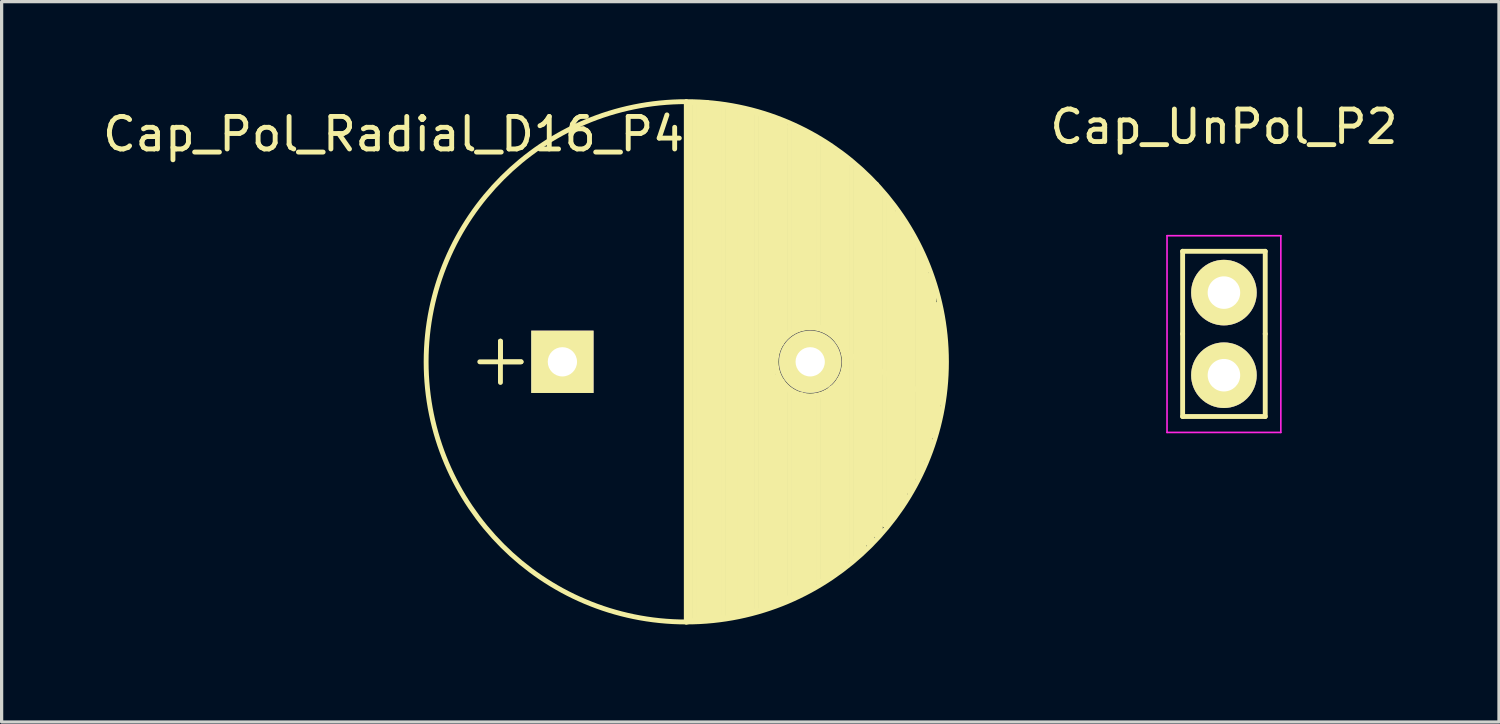
<source format=kicad_pcb>
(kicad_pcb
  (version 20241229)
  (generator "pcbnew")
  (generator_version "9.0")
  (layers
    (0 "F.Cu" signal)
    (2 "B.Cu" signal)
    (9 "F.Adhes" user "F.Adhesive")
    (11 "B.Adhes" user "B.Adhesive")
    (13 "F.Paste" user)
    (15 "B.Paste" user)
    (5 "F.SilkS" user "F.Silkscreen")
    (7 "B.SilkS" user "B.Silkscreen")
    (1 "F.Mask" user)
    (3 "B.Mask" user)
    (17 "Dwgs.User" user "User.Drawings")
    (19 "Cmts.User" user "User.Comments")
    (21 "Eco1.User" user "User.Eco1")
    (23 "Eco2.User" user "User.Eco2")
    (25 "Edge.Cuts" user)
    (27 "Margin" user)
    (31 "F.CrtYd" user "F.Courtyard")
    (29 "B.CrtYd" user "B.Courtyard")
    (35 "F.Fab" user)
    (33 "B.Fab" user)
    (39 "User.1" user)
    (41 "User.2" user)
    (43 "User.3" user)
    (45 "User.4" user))
  (footprint "Cap_UnPol_P2"
    (layer "F.Cu")
    (at 34.587 5.948)
    (property "Reference" "Cap_UnPol_P2" (at 0 -5.1 0) (layer "F.SilkS") (effects (font (size 1 1) (thickness 0.15))))
    (attr through_hole)
    (fp_line (start -1.27 -1.27) (end 1.27 -1.27) (stroke (width 0.15) (type solid)) (layer "F.SilkS"))
    (fp_line (start -1.27 1.27) (end -1.27 -1.27) (stroke (width 0.15) (type solid)) (layer "F.SilkS"))
    (fp_line (start -1.27 1.27) (end -1.27 3.81) (stroke (width 0.15) (type solid)) (layer "F.SilkS"))
    (fp_line (start -1.27 3.81) (end 1.27 3.81) (stroke (width 0.15) (type solid)) (layer "F.SilkS"))
    (fp_line (start 1.27 -1.27) (end 1.27 1.27) (stroke (width 0.15) (type solid)) (layer "F.SilkS"))
    (fp_line (start 1.27 1.27) (end 1.27 3.81) (stroke (width 0.15) (type solid)) (layer "F.SilkS"))
    (fp_line (start -1.75 -1.75) (end -1.75 4.3) (stroke (width 0.05) (type solid)) (layer "F.CrtYd"))
    (fp_line (start -1.75 -1.75) (end 1.75 -1.75) (stroke (width 0.05) (type solid)) (layer "F.CrtYd"))
    (fp_line (start -1.75 4.3) (end 1.75 4.3) (stroke (width 0.05) (type solid)) (layer "F.CrtYd"))
    (fp_line (start 1.75 -1.75) (end 1.75 4.3) (stroke (width 0.05) (type solid)) (layer "F.CrtYd"))
    (pad "1" thru_hole circle (at 0 0) (size 2.016 2.016) (drill 1) (layers "*.Cu" "*.Mask" "F.SilkS"))
    (pad "2" thru_hole circle (at 0 2.54) (size 2.016 2.016) (drill 1) (layers "*.Cu" "*.Mask" "F.SilkS")))
  (footprint "Cap_Pol_Radial_D16_P4"
    (layer "F.Cu")
    (at 18.054 8.076)
    (property "Reference" "Cap_Pol_Radial_D16_P4" (at -9 -7 0) (layer "F.SilkS") (effects (font (size 1 1) (thickness 0.15))))
    (attr through_hole)
    (fp_line (start -6.35 0) (end -5.08 0) (stroke (width 0.15) (type solid)) (layer "F.SilkS"))
    (fp_line (start -5.715 -0.635) (end -5.715 0.635) (stroke (width 0.15) (type solid)) (layer "F.SilkS"))
    (fp_line (start -5.715 0) (end -5.715 -0.635) (stroke (width 0.15) (type solid)) (layer "F.SilkS"))
    (fp_line (start -5.08 0) (end -5.715 0) (stroke (width 0.15) (type solid)) (layer "F.SilkS"))
    (fp_line (start 0 -8.001) (end 0 8.001) (stroke (width 0.15) (type solid)) (layer "F.SilkS"))
    (fp_line (start 0 8.001) (end 0.127 7.976) (stroke (width 0.15) (type solid)) (layer "F.SilkS"))
    (fp_line (start 0.127 -7.976) (end 0.254 -7.976) (stroke (width 0.15) (type solid)) (layer "F.SilkS"))
    (fp_line (start 0.127 7.976) (end 0.127 -7.976) (stroke (width 0.15) (type solid)) (layer "F.SilkS"))
    (fp_line (start 0.254 -7.976) (end 0.254 7.925) (stroke (width 0.15) (type solid)) (layer "F.SilkS"))
    (fp_line (start 0.254 7.925) (end 0.381 7.925) (stroke (width 0.15) (type solid)) (layer "F.SilkS"))
    (fp_line (start 0.381 -7.95) (end 0.508 -7.95) (stroke (width 0.15) (type solid)) (layer "F.SilkS"))
    (fp_line (start 0.381 7.925) (end 0.381 -7.95) (stroke (width 0.15) (type solid)) (layer "F.SilkS"))
    (fp_line (start 0.508 -7.95) (end 0.508 7.925) (stroke (width 0.15) (type solid)) (layer "F.SilkS"))
    (fp_line (start 0.508 7.925) (end 0.635 7.925) (stroke (width 0.15) (type solid)) (layer "F.SilkS"))
    (fp_line (start 0.635 -7.976) (end 0.762 -7.899) (stroke (width 0.15) (type solid)) (layer "F.SilkS"))
    (fp_line (start 0.635 7.925) (end 0.635 -7.976) (stroke (width 0.15) (type solid)) (layer "F.SilkS"))
    (fp_line (start 0.762 -7.899) (end 0.762 7.899) (stroke (width 0.15) (type solid)) (layer "F.SilkS"))
    (fp_line (start 0.762 7.899) (end 0.889 7.899) (stroke (width 0.15) (type solid)) (layer "F.SilkS"))
    (fp_line (start 0.889 -7.899) (end 1.016 -7.899) (stroke (width 0.15) (type solid)) (layer "F.SilkS"))
    (fp_line (start 0.889 7.899) (end 0.889 -7.899) (stroke (width 0.15) (type solid)) (layer "F.SilkS"))
    (fp_line (start 1.016 -7.899) (end 1.016 7.849) (stroke (width 0.15) (type solid)) (layer "F.SilkS"))
    (fp_line (start 1.016 7.849) (end 1.143 7.849) (stroke (width 0.15) (type solid)) (layer "F.SilkS"))
    (fp_line (start 1.143 -7.899) (end 1.27 -7.849) (stroke (width 0.15) (type solid)) (layer "F.SilkS"))
    (fp_line (start 1.143 7.849) (end 1.143 -7.899) (stroke (width 0.15) (type solid)) (layer "F.SilkS"))
    (fp_line (start 1.27 -7.849) (end 1.27 7.849) (stroke (width 0.15) (type solid)) (layer "F.SilkS"))
    (fp_line (start 1.27 7.849) (end 1.397 7.823) (stroke (width 0.15) (type solid)) (layer "F.SilkS"))
    (fp_line (start 1.397 -7.823) (end 1.524 -7.798) (stroke (width 0.15) (type solid)) (layer "F.SilkS"))
    (fp_line (start 1.397 7.823) (end 1.397 -7.823) (stroke (width 0.15) (type solid)) (layer "F.SilkS"))
    (fp_line (start 1.524 -7.798) (end 1.524 7.798) (stroke (width 0.15) (type solid)) (layer "F.SilkS"))
    (fp_line (start 1.524 7.798) (end 1.651 7.772) (stroke (width 0.15) (type solid)) (layer "F.SilkS"))
    (fp_line (start 1.651 -7.722) (end 1.778 -7.722) (stroke (width 0.15) (type solid)) (layer "F.SilkS"))
    (fp_line (start 1.651 7.772) (end 1.651 -7.722) (stroke (width 0.15) (type solid)) (layer "F.SilkS"))
    (fp_line (start 1.778 -7.722) (end 1.778 7.722) (stroke (width 0.15) (type solid)) (layer "F.SilkS"))
    (fp_line (start 1.778 7.722) (end 1.905 7.696) (stroke (width 0.15) (type solid)) (layer "F.SilkS"))
    (fp_line (start 1.905 -7.696) (end 2.032 -7.696) (stroke (width 0.15) (type solid)) (layer "F.SilkS"))
    (fp_line (start 1.905 7.696) (end 1.905 -7.696) (stroke (width 0.15) (type solid)) (layer "F.SilkS"))
    (fp_line (start 2.032 -7.696) (end 2.032 7.671) (stroke (width 0.15) (type solid)) (layer "F.SilkS"))
    (fp_line (start 2.032 7.671) (end 2.159 7.671) (stroke (width 0.15) (type solid)) (layer "F.SilkS"))
    (fp_line (start 2.159 -7.645) (end 2.286 -7.62) (stroke (width 0.15) (type solid)) (layer "F.SilkS"))
    (fp_line (start 2.159 7.671) (end 2.159 -7.645) (stroke (width 0.15) (type solid)) (layer "F.SilkS"))
    (fp_line (start 2.286 -7.62) (end 2.286 7.62) (stroke (width 0.15) (type solid)) (layer "F.SilkS"))
    (fp_line (start 2.286 7.62) (end 2.413 7.556) (stroke (width 0.15) (type solid)) (layer "F.SilkS"))
    (fp_line (start 2.413 -7.556) (end 2.54 -7.493) (stroke (width 0.15) (type solid)) (layer "F.SilkS"))
    (fp_line (start 2.413 7.556) (end 2.413 -7.556) (stroke (width 0.15) (type solid)) (layer "F.SilkS"))
    (fp_line (start 2.54 -7.493) (end 2.54 7.556) (stroke (width 0.15) (type solid)) (layer "F.SilkS"))
    (fp_line (start 2.54 7.556) (end 2.667 7.493) (stroke (width 0.15) (type solid)) (layer "F.SilkS"))
    (fp_line (start 2.667 -7.493) (end 2.794 -7.429) (stroke (width 0.15) (type solid)) (layer "F.SilkS"))
    (fp_line (start 2.667 7.493) (end 2.667 -7.493) (stroke (width 0.15) (type solid)) (layer "F.SilkS"))
    (fp_line (start 2.794 -7.429) (end 2.794 -0.445) (stroke (width 0.15) (type solid)) (layer "F.SilkS"))
    (fp_line (start 2.794 -0.635) (end 2.667 0.508) (stroke (width 0.15) (type solid)) (layer "F.SilkS"))
    (fp_line (start 2.794 -0.445) (end 2.921 -0.572) (stroke (width 0.15) (type solid)) (layer "F.SilkS"))
    (fp_line (start 2.794 7.429) (end 2.794 0.445) (stroke (width 0.15) (type solid)) (layer "F.SilkS"))
    (fp_line (start 2.921 -7.366) (end 3.048 -7.366) (stroke (width 0.15) (type solid)) (layer "F.SilkS"))
    (fp_line (start 2.921 -0.572) (end 2.921 -7.366) (stroke (width 0.15) (type solid)) (layer "F.SilkS"))
    (fp_line (start 2.921 0.572) (end 2.921 7.366) (stroke (width 0.15) (type solid)) (layer "F.SilkS"))
    (fp_line (start 2.921 7.366) (end 2.794 7.429) (stroke (width 0.15) (type solid)) (layer "F.SilkS"))
    (fp_line (start 3.048 -7.366) (end 3.048 -0.762) (stroke (width 0.15) (type solid)) (layer "F.SilkS"))
    (fp_line (start 3.048 -0.762) (end 3.175 -0.889) (stroke (width 0.15) (type solid)) (layer "F.SilkS"))
    (fp_line (start 3.048 0.762) (end 2.921 0.572) (stroke (width 0.15) (type solid)) (layer "F.SilkS"))
    (fp_line (start 3.048 7.303) (end 3.048 0.762) (stroke (width 0.15) (type solid)) (layer "F.SilkS"))
    (fp_line (start 3.175 -7.239) (end 3.302 -7.239) (stroke (width 0.15) (type solid)) (layer "F.SilkS"))
    (fp_line (start 3.175 -0.889) (end 3.175 -7.239) (stroke (width 0.15) (type solid)) (layer "F.SilkS"))
    (fp_line (start 3.175 0.889) (end 3.175 7.239) (stroke (width 0.15) (type solid)) (layer "F.SilkS"))
    (fp_line (start 3.175 7.239) (end 3.048 7.303) (stroke (width 0.15) (type solid)) (layer "F.SilkS"))
    (fp_line (start 3.302 -7.239) (end 3.302 -0.953) (stroke (width 0.15) (type solid)) (layer "F.SilkS"))
    (fp_line (start 3.302 -0.953) (end 3.429 -1.016) (stroke (width 0.15) (type solid)) (layer "F.SilkS"))
    (fp_line (start 3.302 0.953) (end 3.175 0.889) (stroke (width 0.15) (type solid)) (layer "F.SilkS"))
    (fp_line (start 3.302 7.239) (end 3.302 0.953) (stroke (width 0.15) (type solid)) (layer "F.SilkS"))
    (fp_line (start 3.429 -7.176) (end 3.556 -7.112) (stroke (width 0.15) (type solid)) (layer "F.SilkS"))
    (fp_line (start 3.429 -1.016) (end 3.429 -7.176) (stroke (width 0.15) (type solid)) (layer "F.SilkS"))
    (fp_line (start 3.429 1.016) (end 3.429 7.176) (stroke (width 0.15) (type solid)) (layer "F.SilkS"))
    (fp_line (start 3.429 7.176) (end 3.302 7.239) (stroke (width 0.15) (type solid)) (layer "F.SilkS"))
    (fp_line (start 3.556 -7.112) (end 3.556 -1.079) (stroke (width 0.15) (type solid)) (layer "F.SilkS"))
    (fp_line (start 3.556 -1.079) (end 3.683 -1.079) (stroke (width 0.15) (type solid)) (layer "F.SilkS"))
    (fp_line (start 3.556 1.016) (end 3.429 1.016) (stroke (width 0.15) (type solid)) (layer "F.SilkS"))
    (fp_line (start 3.556 7.112) (end 3.556 1.016) (stroke (width 0.15) (type solid)) (layer "F.SilkS"))
    (fp_line (start 3.683 -7.048) (end 3.81 -6.985) (stroke (width 0.15) (type solid)) (layer "F.SilkS"))
    (fp_line (start 3.683 -1.079) (end 3.683 -7.048) (stroke (width 0.15) (type solid)) (layer "F.SilkS"))
    (fp_line (start 3.683 1.079) (end 3.683 7.048) (stroke (width 0.15) (type solid)) (layer "F.SilkS"))
    (fp_line (start 3.683 7.048) (end 3.556 7.112) (stroke (width 0.15) (type solid)) (layer "F.SilkS"))
    (fp_line (start 3.81 -6.985) (end 3.81 -1.079) (stroke (width 0.15) (type solid)) (layer "F.SilkS"))
    (fp_line (start 3.81 -1.079) (end 3.937 -1.079) (stroke (width 0.15) (type solid)) (layer "F.SilkS"))
    (fp_line (start 3.81 1.079) (end 3.683 1.079) (stroke (width 0.15) (type solid)) (layer "F.SilkS"))
    (fp_line (start 3.81 6.985) (end 3.81 1.079) (stroke (width 0.15) (type solid)) (layer "F.SilkS"))
    (fp_line (start 3.937 -6.921) (end 4.064 -6.858) (stroke (width 0.15) (type solid)) (layer "F.SilkS"))
    (fp_line (start 3.937 -1.079) (end 3.937 -6.921) (stroke (width 0.15) (type solid)) (layer "F.SilkS"))
    (fp_line (start 3.937 1.079) (end 3.937 6.921) (stroke (width 0.15) (type solid)) (layer "F.SilkS"))
    (fp_line (start 3.937 6.921) (end 3.81 6.985) (stroke (width 0.15) (type solid)) (layer "F.SilkS"))
    (fp_line (start 4.064 -6.858) (end 4.064 -1.079) (stroke (width 0.15) (type solid)) (layer "F.SilkS"))
    (fp_line (start 4.064 -1.079) (end 4.191 -1.016) (stroke (width 0.15) (type solid)) (layer "F.SilkS"))
    (fp_line (start 4.064 1.079) (end 3.937 1.079) (stroke (width 0.15) (type solid)) (layer "F.SilkS"))
    (fp_line (start 4.064 6.795) (end 4.064 1.079) (stroke (width 0.15) (type solid)) (layer "F.SilkS"))
    (fp_line (start 4.191 -6.731) (end 4.318 -6.668) (stroke (width 0.15) (type solid)) (layer "F.SilkS"))
    (fp_line (start 4.191 -1.016) (end 4.191 -6.731) (stroke (width 0.15) (type solid)) (layer "F.SilkS"))
    (fp_line (start 4.191 1.016) (end 4.191 6.731) (stroke (width 0.15) (type solid)) (layer "F.SilkS"))
    (fp_line (start 4.191 6.731) (end 4.064 6.795) (stroke (width 0.15) (type solid)) (layer "F.SilkS"))
    (fp_line (start 4.318 -6.668) (end 4.318 -0.953) (stroke (width 0.15) (type solid)) (layer "F.SilkS"))
    (fp_line (start 4.318 -0.953) (end 4.445 -0.889) (stroke (width 0.15) (type solid)) (layer "F.SilkS"))
    (fp_line (start 4.318 0.953) (end 4.191 1.016) (stroke (width 0.15) (type solid)) (layer "F.SilkS"))
    (fp_line (start 4.318 6.668) (end 4.318 0.953) (stroke (width 0.15) (type solid)) (layer "F.SilkS"))
    (fp_line (start 4.445 -6.604) (end 4.572 -6.477) (stroke (width 0.15) (type solid)) (layer "F.SilkS"))
    (fp_line (start 4.445 -0.889) (end 4.445 -6.604) (stroke (width 0.15) (type solid)) (layer "F.SilkS"))
    (fp_line (start 4.445 0.826) (end 4.445 6.54) (stroke (width 0.15) (type solid)) (layer "F.SilkS"))
    (fp_line (start 4.445 6.54) (end 4.318 6.668) (stroke (width 0.15) (type solid)) (layer "F.SilkS"))
    (fp_line (start 4.572 -6.477) (end 4.572 -0.762) (stroke (width 0.15) (type solid)) (layer "F.SilkS"))
    (fp_line (start 4.572 -0.762) (end 4.699 -0.572) (stroke (width 0.15) (type solid)) (layer "F.SilkS"))
    (fp_line (start 4.572 0.762) (end 4.445 0.826) (stroke (width 0.15) (type solid)) (layer "F.SilkS"))
    (fp_line (start 4.572 6.54) (end 4.572 0.762) (stroke (width 0.15) (type solid)) (layer "F.SilkS"))
    (fp_line (start 4.699 -6.413) (end 4.826 -6.287) (stroke (width 0.15) (type solid)) (layer "F.SilkS"))
    (fp_line (start 4.699 -0.572) (end 4.699 -6.413) (stroke (width 0.15) (type solid)) (layer "F.SilkS"))
    (fp_line (start 4.699 0.572) (end 4.699 6.413) (stroke (width 0.15) (type solid)) (layer "F.SilkS"))
    (fp_line (start 4.699 6.413) (end 4.572 6.54) (stroke (width 0.15) (type solid)) (layer "F.SilkS"))
    (fp_line (start 4.826 -6.287) (end 4.826 -0.318) (stroke (width 0.15) (type solid)) (layer "F.SilkS"))
    (fp_line (start 4.826 -0.318) (end 4.953 -0.318) (stroke (width 0.15) (type solid)) (layer "F.SilkS"))
    (fp_line (start 4.826 0.381) (end 4.699 0.572) (stroke (width 0.15) (type solid)) (layer "F.SilkS"))
    (fp_line (start 4.826 6.287) (end 4.826 0.381) (stroke (width 0.15) (type solid)) (layer "F.SilkS"))
    (fp_line (start 4.953 -6.223) (end 5.08 -6.096) (stroke (width 0.15) (type solid)) (layer "F.SilkS"))
    (fp_line (start 4.953 -0.318) (end 4.953 -6.223) (stroke (width 0.15) (type solid)) (layer "F.SilkS"))
    (fp_line (start 4.953 -0.254) (end 4.953 6.096) (stroke (width 0.15) (type solid)) (layer "F.SilkS"))
    (fp_line (start 4.953 6.096) (end 4.826 6.287) (stroke (width 0.15) (type solid)) (layer "F.SilkS"))
    (fp_line (start 5.08 -6.096) (end 5.08 6.096) (stroke (width 0.15) (type solid)) (layer "F.SilkS"))
    (fp_line (start 5.08 6.096) (end 5.207 6.032) (stroke (width 0.15) (type solid)) (layer "F.SilkS"))
    (fp_line (start 5.207 -5.969) (end 5.334 -5.905) (stroke (width 0.15) (type solid)) (layer "F.SilkS"))
    (fp_line (start 5.207 6.032) (end 5.207 -5.969) (stroke (width 0.15) (type solid)) (layer "F.SilkS"))
    (fp_line (start 5.334 -5.905) (end 5.334 5.905) (stroke (width 0.15) (type solid)) (layer "F.SilkS"))
    (fp_line (start 5.334 5.905) (end 5.461 5.779) (stroke (width 0.15) (type solid)) (layer "F.SilkS"))
    (fp_line (start 5.461 -5.779) (end 5.588 -5.652) (stroke (width 0.15) (type solid)) (layer "F.SilkS"))
    (fp_line (start 5.461 5.779) (end 5.461 -5.779) (stroke (width 0.15) (type solid)) (layer "F.SilkS"))
    (fp_line (start 5.588 -5.652) (end 5.588 5.588) (stroke (width 0.15) (type solid)) (layer "F.SilkS"))
    (fp_line (start 5.588 5.588) (end 5.715 5.524) (stroke (width 0.15) (type solid)) (layer "F.SilkS"))
    (fp_line (start 5.715 -5.524) (end 5.842 -5.461) (stroke (width 0.15) (type solid)) (layer "F.SilkS"))
    (fp_line (start 5.715 5.524) (end 5.715 -5.524) (stroke (width 0.15) (type solid)) (layer "F.SilkS"))
    (fp_line (start 5.842 -5.461) (end 5.842 5.334) (stroke (width 0.15) (type solid)) (layer "F.SilkS"))
    (fp_line (start 5.842 5.334) (end 5.969 5.271) (stroke (width 0.15) (type solid)) (layer "F.SilkS"))
    (fp_line (start 5.969 -5.271) (end 6.096 -5.144) (stroke (width 0.15) (type solid)) (layer "F.SilkS"))
    (fp_line (start 5.969 5.271) (end 5.969 -5.271) (stroke (width 0.15) (type solid)) (layer "F.SilkS"))
    (fp_line (start 6.096 -5.144) (end 6.096 5.016) (stroke (width 0.15) (type solid)) (layer "F.SilkS"))
    (fp_line (start 6.096 5.016) (end 6.223 4.953) (stroke (width 0.15) (type solid)) (layer "F.SilkS"))
    (fp_line (start 6.223 -4.953) (end 6.35 -4.826) (stroke (width 0.15) (type solid)) (layer "F.SilkS"))
    (fp_line (start 6.223 4.953) (end 6.223 -4.953) (stroke (width 0.15) (type solid)) (layer "F.SilkS"))
    (fp_line (start 6.35 -4.826) (end 6.35 4.826) (stroke (width 0.15) (type solid)) (layer "F.SilkS"))
    (fp_line (start 6.35 4.826) (end 6.477 4.572) (stroke (width 0.15) (type solid)) (layer "F.SilkS"))
    (fp_line (start 6.477 -4.572) (end 6.604 -4.445) (stroke (width 0.15) (type solid)) (layer "F.SilkS"))
    (fp_line (start 6.477 4.572) (end 6.477 -4.572) (stroke (width 0.15) (type solid)) (layer "F.SilkS"))
    (fp_line (start 6.604 -4.445) (end 6.604 4.445) (stroke (width 0.15) (type solid)) (layer "F.SilkS"))
    (fp_line (start 6.604 4.445) (end 6.731 4.255) (stroke (width 0.15) (type solid)) (layer "F.SilkS"))
    (fp_line (start 6.731 -4.255) (end 6.858 -4.064) (stroke (width 0.15) (type solid)) (layer "F.SilkS"))
    (fp_line (start 6.731 4.255) (end 6.731 -4.255) (stroke (width 0.15) (type solid)) (layer "F.SilkS"))
    (fp_line (start 6.858 -4.064) (end 6.858 4) (stroke (width 0.15) (type solid)) (layer "F.SilkS"))
    (fp_line (start 6.858 4) (end 6.985 3.81) (stroke (width 0.15) (type solid)) (layer "F.SilkS"))
    (fp_line (start 6.985 -3.81) (end 7.112 -3.556) (stroke (width 0.15) (type solid)) (layer "F.SilkS"))
    (fp_line (start 6.985 3.81) (end 6.985 -3.81) (stroke (width 0.15) (type solid)) (layer "F.SilkS"))
    (fp_line (start 7.112 -3.556) (end 7.112 3.556) (stroke (width 0.15) (type solid)) (layer "F.SilkS"))
    (fp_line (start 7.112 3.556) (end 7.239 3.302) (stroke (width 0.15) (type solid)) (layer "F.SilkS"))
    (fp_line (start 7.239 -3.302) (end 7.366 -2.985) (stroke (width 0.15) (type solid)) (layer "F.SilkS"))
    (fp_line (start 7.239 3.302) (end 7.239 -3.302) (stroke (width 0.15) (type solid)) (layer "F.SilkS"))
    (fp_line (start 7.366 -2.985) (end 7.366 2.985) (stroke (width 0.15) (type solid)) (layer "F.SilkS"))
    (fp_line (start 7.366 2.985) (end 7.493 2.731) (stroke (width 0.15) (type solid)) (layer "F.SilkS"))
    (fp_line (start 7.493 -2.667) (end 7.62 -2.286) (stroke (width 0.15) (type solid)) (layer "F.SilkS"))
    (fp_line (start 7.493 2.731) (end 7.493 -2.667) (stroke (width 0.15) (type solid)) (layer "F.SilkS"))
    (fp_line (start 7.62 -2.286) (end 7.62 2.286) (stroke (width 0.15) (type solid)) (layer "F.SilkS"))
    (fp_line (start 7.62 2.286) (end 7.747 1.905) (stroke (width 0.15) (type solid)) (layer "F.SilkS"))
    (fp_line (start 7.747 -1.778) (end 7.874 -1.27) (stroke (width 0.15) (type solid)) (layer "F.SilkS"))
    (fp_line (start 7.747 1.905) (end 7.747 -1.778) (stroke (width 0.15) (type solid)) (layer "F.SilkS"))
    (fp_line (start 7.874 -1.27) (end 7.874 1.27) (stroke (width 0.15) (type solid)) (layer "F.SilkS"))
    (fp_line (start 7.874 1.27) (end 4.953 -0.254) (stroke (width 0.15) (type solid)) (layer "F.SilkS"))
    (fp_circle (center 0 0) (end 8 0) (stroke (width 0.15) (type solid)) (fill no) (layer "F.SilkS"))
    (fp_circle (center 3.81 0) (end 4.826 0.254) (stroke (width 0.15) (type solid)) (fill no) (layer "F.SilkS"))
    (pad "1" thru_hole rect (at -3.81 0) (size 1.916 1.916) (drill 0.9) (layers "*.Cu" "*.Mask" "F.SilkS"))
    (pad "2" thru_hole circle (at 3.81 0) (size 1.916 1.916) (drill 0.9) (layers "*.Cu" "*.Mask" "F.SilkS")))
  (gr_rect
    (start -3 -3)
    (end 43.045 19.152)
    (stroke (width 0.1) (type default))
    (fill no)
    (layer "Edge.Cuts")))
</source>
